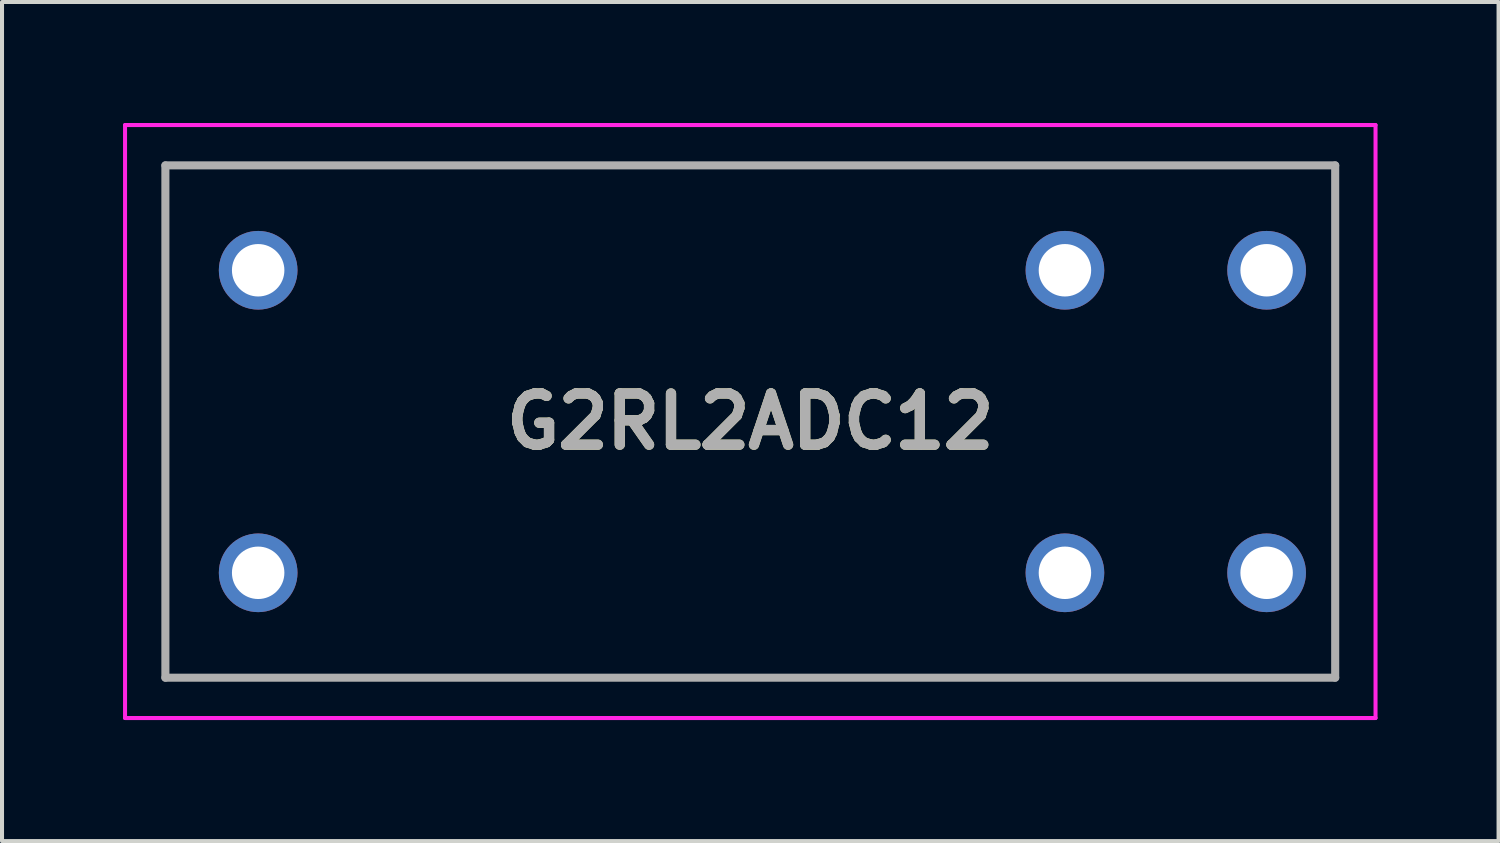
<source format=kicad_pcb>
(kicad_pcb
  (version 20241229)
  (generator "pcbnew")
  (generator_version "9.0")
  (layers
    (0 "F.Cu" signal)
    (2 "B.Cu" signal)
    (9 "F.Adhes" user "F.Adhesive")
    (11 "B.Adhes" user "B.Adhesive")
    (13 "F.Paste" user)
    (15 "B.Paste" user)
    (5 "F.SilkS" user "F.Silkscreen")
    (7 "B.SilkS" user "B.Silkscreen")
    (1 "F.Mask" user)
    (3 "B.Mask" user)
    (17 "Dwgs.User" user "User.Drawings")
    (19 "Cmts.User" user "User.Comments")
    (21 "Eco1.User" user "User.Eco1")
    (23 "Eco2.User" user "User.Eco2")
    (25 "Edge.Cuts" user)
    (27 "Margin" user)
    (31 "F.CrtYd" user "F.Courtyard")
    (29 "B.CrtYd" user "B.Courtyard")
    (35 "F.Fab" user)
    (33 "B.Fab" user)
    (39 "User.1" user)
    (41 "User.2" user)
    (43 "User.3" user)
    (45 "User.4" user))
  (footprint "G2RL2ADC12"
    (layer "F.Cu")
    (at 3.35 11.15)
    (property "Reference" "G2RL2ADC12" (at 12.2 -3.75 0) (layer "F.SilkS") (effects (font (size 1.27 1.27) (thickness 0.254))))
    (attr through_hole)
    (fp_line (start -2.3 -10.1) (end 26.7 -10.1) (stroke (width 0.1) (type solid)) (layer "F.SilkS"))
    (fp_line (start -2.3 2.6) (end -2.3 -10.1) (stroke (width 0.1) (type solid)) (layer "F.SilkS"))
    (fp_line (start 26.7 -10.1) (end 26.7 2.6) (stroke (width 0.1) (type solid)) (layer "F.SilkS"))
    (fp_line (start 26.7 2.6) (end -2.3 2.6) (stroke (width 0.1) (type solid)) (layer "F.SilkS"))
    (fp_line (start -3.3 -11.1) (end 27.7 -11.1) (stroke (width 0.1) (type solid)) (layer "F.CrtYd"))
    (fp_line (start -3.3 3.6) (end -3.3 -11.1) (stroke (width 0.1) (type solid)) (layer "F.CrtYd"))
    (fp_line (start 27.7 -11.1) (end 27.7 3.6) (stroke (width 0.1) (type solid)) (layer "F.CrtYd"))
    (fp_line (start 27.7 3.6) (end -3.3 3.6) (stroke (width 0.1) (type solid)) (layer "F.CrtYd"))
    (fp_line (start -2.3 -10.1) (end 26.7 -10.1) (stroke (width 0.2) (type solid)) (layer "F.Fab"))
    (fp_line (start -2.3 2.6) (end -2.3 -10.1) (stroke (width 0.2) (type solid)) (layer "F.Fab"))
    (fp_line (start 26.7 -10.1) (end 26.7 2.6) (stroke (width 0.2) (type solid)) (layer "F.Fab"))
    (fp_line (start 26.7 2.6) (end -2.3 2.6) (stroke (width 0.2) (type solid)) (layer "F.Fab"))
    (fp_text user "${REFERENCE}" (at 12.2 -3.75 0) (layer "F.Fab") (effects (font (size 1.27 1.27) (thickness 0.254))))
    (pad "1" thru_hole circle (at 0 0) (size 1.95 1.95) (drill 1.3) (layers "*.Cu" "*.Mask"))
    (pad "3" thru_hole circle (at 20 0) (size 1.95 1.95) (drill 1.3) (layers "*.Cu" "*.Mask"))
    (pad "4" thru_hole circle (at 25 0) (size 1.95 1.95) (drill 1.3) (layers "*.Cu" "*.Mask"))
    (pad "5" thru_hole circle (at 25 -7.5) (size 1.95 1.95) (drill 1.3) (layers "*.Cu" "*.Mask"))
    (pad "6" thru_hole circle (at 20 -7.5) (size 1.95 1.95) (drill 1.3) (layers "*.Cu" "*.Mask"))
    (pad "8" thru_hole circle (at 0 -7.5) (size 1.95 1.95) (drill 1.3) (layers "*.Cu" "*.Mask")))
  (gr_rect
    (start -3 -3)
    (end 34.1 17.8)
    (stroke (width 0.1) (type default))
    (fill no)
    (layer "Edge.Cuts")))
</source>
